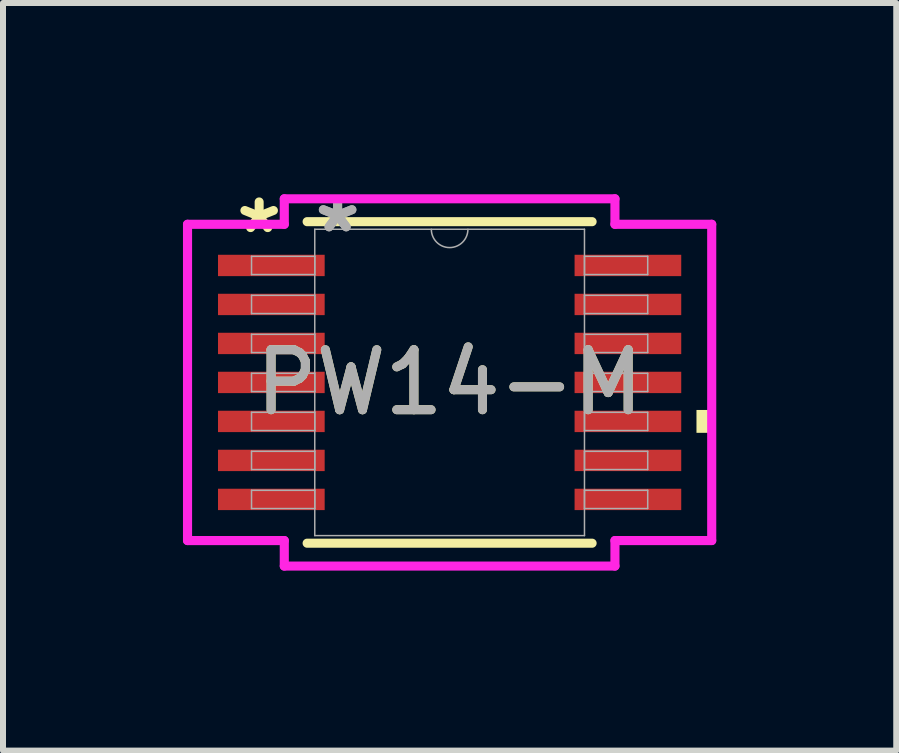
<source format=kicad_pcb>
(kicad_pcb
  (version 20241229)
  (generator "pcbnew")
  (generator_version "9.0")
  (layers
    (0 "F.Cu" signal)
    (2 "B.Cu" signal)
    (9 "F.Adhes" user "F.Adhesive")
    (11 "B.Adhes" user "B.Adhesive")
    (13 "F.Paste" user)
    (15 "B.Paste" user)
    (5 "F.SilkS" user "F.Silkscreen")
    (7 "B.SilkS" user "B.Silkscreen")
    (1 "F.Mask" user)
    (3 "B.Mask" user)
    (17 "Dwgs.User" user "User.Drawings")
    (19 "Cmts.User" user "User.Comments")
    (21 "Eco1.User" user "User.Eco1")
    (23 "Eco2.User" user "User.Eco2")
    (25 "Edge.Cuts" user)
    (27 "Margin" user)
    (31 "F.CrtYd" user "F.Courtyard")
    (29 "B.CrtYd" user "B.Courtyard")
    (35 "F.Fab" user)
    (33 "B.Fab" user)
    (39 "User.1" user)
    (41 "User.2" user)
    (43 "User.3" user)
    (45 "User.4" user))
  (footprint "PW14-M"
    (layer "F.Cu")
    (at 4.445 3.325)
    (property "Reference" "PW14-M" (at 0 0 0) (unlocked yes) (layer "F.SilkS") (effects (font (size 1 1) (thickness 0.15))))
    (attr smd allow_soldermask_bridges)
    (fp_line (start -2.375 2.68) (end 2.375 2.68) (stroke (width 0.152) (type solid)) (layer "F.SilkS"))
    (fp_line (start 2.375 -2.68) (end -2.375 -2.68) (stroke (width 0.152) (type solid)) (layer "F.SilkS"))
    (fp_poly (pts (xy 4.369 0.459) (xy 4.369 0.84) (xy 4.115 0.84) (xy 4.115 0.459)) (stroke (width 0) (type solid)) (fill yes) (layer "F.SilkS"))
    (fp_line (start -4.369 -2.636) (end -2.756 -2.636) (stroke (width 0.152) (type solid)) (layer "F.CrtYd"))
    (fp_line (start -4.369 2.636) (end -4.369 -2.636) (stroke (width 0.152) (type solid)) (layer "F.CrtYd"))
    (fp_line (start -4.369 2.636) (end -2.756 2.636) (stroke (width 0.152) (type solid)) (layer "F.CrtYd"))
    (fp_line (start -2.756 -3.061) (end 2.756 -3.061) (stroke (width 0.152) (type solid)) (layer "F.CrtYd"))
    (fp_line (start -2.756 -2.636) (end -2.756 -3.061) (stroke (width 0.152) (type solid)) (layer "F.CrtYd"))
    (fp_line (start -2.756 3.061) (end -2.756 2.636) (stroke (width 0.152) (type solid)) (layer "F.CrtYd"))
    (fp_line (start 2.756 -3.061) (end 2.756 -2.636) (stroke (width 0.152) (type solid)) (layer "F.CrtYd"))
    (fp_line (start 2.756 2.636) (end 2.756 3.061) (stroke (width 0.152) (type solid)) (layer "F.CrtYd"))
    (fp_line (start 2.756 3.061) (end -2.756 3.061) (stroke (width 0.152) (type solid)) (layer "F.CrtYd"))
    (fp_line (start 4.369 -2.636) (end 2.756 -2.636) (stroke (width 0.152) (type solid)) (layer "F.CrtYd"))
    (fp_line (start 4.369 -2.636) (end 4.369 2.636) (stroke (width 0.152) (type solid)) (layer "F.CrtYd"))
    (fp_line (start 4.369 2.636) (end 2.756 2.636) (stroke (width 0.152) (type solid)) (layer "F.CrtYd"))
    (fp_line (start -3.302 -2.102) (end -3.302 -1.798) (stroke (width 0.025) (type solid)) (layer "F.Fab"))
    (fp_line (start -3.302 -1.798) (end -2.248 -1.798) (stroke (width 0.025) (type solid)) (layer "F.Fab"))
    (fp_line (start -3.302 -1.452) (end -3.302 -1.148) (stroke (width 0.025) (type solid)) (layer "F.Fab"))
    (fp_line (start -3.302 -1.148) (end -2.248 -1.148) (stroke (width 0.025) (type solid)) (layer "F.Fab"))
    (fp_line (start -3.302 -0.802) (end -3.302 -0.498) (stroke (width 0.025) (type solid)) (layer "F.Fab"))
    (fp_line (start -3.302 -0.498) (end -2.248 -0.498) (stroke (width 0.025) (type solid)) (layer "F.Fab"))
    (fp_line (start -3.302 -0.152) (end -3.302 0.152) (stroke (width 0.025) (type solid)) (layer "F.Fab"))
    (fp_line (start -3.302 0.152) (end -2.248 0.152) (stroke (width 0.025) (type solid)) (layer "F.Fab"))
    (fp_line (start -3.302 0.498) (end -3.302 0.802) (stroke (width 0.025) (type solid)) (layer "F.Fab"))
    (fp_line (start -3.302 0.802) (end -2.248 0.802) (stroke (width 0.025) (type solid)) (layer "F.Fab"))
    (fp_line (start -3.302 1.148) (end -3.302 1.452) (stroke (width 0.025) (type solid)) (layer "F.Fab"))
    (fp_line (start -3.302 1.452) (end -2.248 1.452) (stroke (width 0.025) (type solid)) (layer "F.Fab"))
    (fp_line (start -3.302 1.798) (end -3.302 2.102) (stroke (width 0.025) (type solid)) (layer "F.Fab"))
    (fp_line (start -3.302 2.102) (end -2.248 2.102) (stroke (width 0.025) (type solid)) (layer "F.Fab"))
    (fp_line (start -2.248 -2.553) (end -2.248 2.553) (stroke (width 0.025) (type solid)) (layer "F.Fab"))
    (fp_line (start -2.248 -2.102) (end -3.302 -2.102) (stroke (width 0.025) (type solid)) (layer "F.Fab"))
    (fp_line (start -2.248 -1.798) (end -2.248 -2.102) (stroke (width 0.025) (type solid)) (layer "F.Fab"))
    (fp_line (start -2.248 -1.452) (end -3.302 -1.452) (stroke (width 0.025) (type solid)) (layer "F.Fab"))
    (fp_line (start -2.248 -1.148) (end -2.248 -1.452) (stroke (width 0.025) (type solid)) (layer "F.Fab"))
    (fp_line (start -2.248 -0.802) (end -3.302 -0.802) (stroke (width 0.025) (type solid)) (layer "F.Fab"))
    (fp_line (start -2.248 -0.498) (end -2.248 -0.802) (stroke (width 0.025) (type solid)) (layer "F.Fab"))
    (fp_line (start -2.248 -0.152) (end -3.302 -0.152) (stroke (width 0.025) (type solid)) (layer "F.Fab"))
    (fp_line (start -2.248 0.152) (end -2.248 -0.152) (stroke (width 0.025) (type solid)) (layer "F.Fab"))
    (fp_line (start -2.248 0.498) (end -3.302 0.498) (stroke (width 0.025) (type solid)) (layer "F.Fab"))
    (fp_line (start -2.248 0.802) (end -2.248 0.498) (stroke (width 0.025) (type solid)) (layer "F.Fab"))
    (fp_line (start -2.248 1.148) (end -3.302 1.148) (stroke (width 0.025) (type solid)) (layer "F.Fab"))
    (fp_line (start -2.248 1.452) (end -2.248 1.148) (stroke (width 0.025) (type solid)) (layer "F.Fab"))
    (fp_line (start -2.248 1.798) (end -3.302 1.798) (stroke (width 0.025) (type solid)) (layer "F.Fab"))
    (fp_line (start -2.248 2.102) (end -2.248 1.798) (stroke (width 0.025) (type solid)) (layer "F.Fab"))
    (fp_line (start -2.248 2.553) (end 2.248 2.553) (stroke (width 0.025) (type solid)) (layer "F.Fab"))
    (fp_line (start 2.248 -2.553) (end -2.248 -2.553) (stroke (width 0.025) (type solid)) (layer "F.Fab"))
    (fp_line (start 2.248 -2.102) (end 2.248 -1.798) (stroke (width 0.025) (type solid)) (layer "F.Fab"))
    (fp_line (start 2.248 -1.798) (end 3.302 -1.798) (stroke (width 0.025) (type solid)) (layer "F.Fab"))
    (fp_line (start 2.248 -1.452) (end 2.248 -1.148) (stroke (width 0.025) (type solid)) (layer "F.Fab"))
    (fp_line (start 2.248 -1.148) (end 3.302 -1.148) (stroke (width 0.025) (type solid)) (layer "F.Fab"))
    (fp_line (start 2.248 -0.802) (end 2.248 -0.498) (stroke (width 0.025) (type solid)) (layer "F.Fab"))
    (fp_line (start 2.248 -0.498) (end 3.302 -0.498) (stroke (width 0.025) (type solid)) (layer "F.Fab"))
    (fp_line (start 2.248 -0.152) (end 2.248 0.152) (stroke (width 0.025) (type solid)) (layer "F.Fab"))
    (fp_line (start 2.248 0.152) (end 3.302 0.152) (stroke (width 0.025) (type solid)) (layer "F.Fab"))
    (fp_line (start 2.248 0.498) (end 2.248 0.802) (stroke (width 0.025) (type solid)) (layer "F.Fab"))
    (fp_line (start 2.248 0.802) (end 3.302 0.802) (stroke (width 0.025) (type solid)) (layer "F.Fab"))
    (fp_line (start 2.248 1.148) (end 2.248 1.452) (stroke (width 0.025) (type solid)) (layer "F.Fab"))
    (fp_line (start 2.248 1.452) (end 3.302 1.452) (stroke (width 0.025) (type solid)) (layer "F.Fab"))
    (fp_line (start 2.248 1.798) (end 2.248 2.102) (stroke (width 0.025) (type solid)) (layer "F.Fab"))
    (fp_line (start 2.248 2.102) (end 3.302 2.102) (stroke (width 0.025) (type solid)) (layer "F.Fab"))
    (fp_line (start 2.248 2.553) (end 2.248 -2.553) (stroke (width 0.025) (type solid)) (layer "F.Fab"))
    (fp_line (start 3.302 -2.102) (end 2.248 -2.102) (stroke (width 0.025) (type solid)) (layer "F.Fab"))
    (fp_line (start 3.302 -1.798) (end 3.302 -2.102) (stroke (width 0.025) (type solid)) (layer "F.Fab"))
    (fp_line (start 3.302 -1.452) (end 2.248 -1.452) (stroke (width 0.025) (type solid)) (layer "F.Fab"))
    (fp_line (start 3.302 -1.148) (end 3.302 -1.452) (stroke (width 0.025) (type solid)) (layer "F.Fab"))
    (fp_line (start 3.302 -0.802) (end 2.248 -0.802) (stroke (width 0.025) (type solid)) (layer "F.Fab"))
    (fp_line (start 3.302 -0.498) (end 3.302 -0.802) (stroke (width 0.025) (type solid)) (layer "F.Fab"))
    (fp_line (start 3.302 -0.152) (end 2.248 -0.152) (stroke (width 0.025) (type solid)) (layer "F.Fab"))
    (fp_line (start 3.302 0.152) (end 3.302 -0.152) (stroke (width 0.025) (type solid)) (layer "F.Fab"))
    (fp_line (start 3.302 0.498) (end 2.248 0.498) (stroke (width 0.025) (type solid)) (layer "F.Fab"))
    (fp_line (start 3.302 0.802) (end 3.302 0.498) (stroke (width 0.025) (type solid)) (layer "F.Fab"))
    (fp_line (start 3.302 1.148) (end 2.248 1.148) (stroke (width 0.025) (type solid)) (layer "F.Fab"))
    (fp_line (start 3.302 1.452) (end 3.302 1.148) (stroke (width 0.025) (type solid)) (layer "F.Fab"))
    (fp_line (start 3.302 1.798) (end 2.248 1.798) (stroke (width 0.025) (type solid)) (layer "F.Fab"))
    (fp_line (start 3.302 2.102) (end 3.302 1.798) (stroke (width 0.025) (type solid)) (layer "F.Fab"))
    (fp_arc (start 0.3048 -2.5527) (mid 0 -2.2479) (end -0.3048 -2.5527) (stroke (width 0.0254) (type solid)) (layer "F.Fab"))
    (fp_text user "*" (at -3.175 -2.464 0) (unlocked yes) (layer "F.SilkS") (effects (font (size 1 1) (thickness 0.15))))
    (fp_text user "*" (at -1.867 -2.477 0) (layer "F.Fab") (effects (font (size 1 1) (thickness 0.15))))
    (fp_text user "${REFERENCE}" (at 0 0 0) (unlocked yes) (layer "F.Fab") (effects (font (size 1 1) (thickness 0.15))))
    (fp_text user "*" (at -1.867 -2.477 0) (unlocked yes) (layer "F.Fab") (effects (font (size 1 1) (thickness 0.15))))
    (pad "1" smd rect (at -2.972 -1.95) (size 1.778 0.356) (layers "F.Cu" "F.Mask" "F.Paste"))
    (pad "2" smd rect (at -2.972 -1.3) (size 1.778 0.356) (layers "F.Cu" "F.Mask" "F.Paste"))
    (pad "3" smd rect (at -2.972 -0.65) (size 1.778 0.356) (layers "F.Cu" "F.Mask" "F.Paste"))
    (pad "4" smd rect (at -2.972 0) (size 1.778 0.356) (layers "F.Cu" "F.Mask" "F.Paste"))
    (pad "5" smd rect (at -2.972 0.65) (size 1.778 0.356) (layers "F.Cu" "F.Mask" "F.Paste"))
    (pad "6" smd rect (at -2.972 1.3) (size 1.778 0.356) (layers "F.Cu" "F.Mask" "F.Paste"))
    (pad "7" smd rect (at -2.972 1.95) (size 1.778 0.356) (layers "F.Cu" "F.Mask" "F.Paste"))
    (pad "8" smd rect (at 2.972 1.95) (size 1.778 0.356) (layers "F.Cu" "F.Mask" "F.Paste"))
    (pad "9" smd rect (at 2.972 1.3) (size 1.778 0.356) (layers "F.Cu" "F.Mask" "F.Paste"))
    (pad "10" smd rect (at 2.972 0.65) (size 1.778 0.356) (layers "F.Cu" "F.Mask" "F.Paste"))
    (pad "11" smd rect (at 2.972 0) (size 1.778 0.356) (layers "F.Cu" "F.Mask" "F.Paste"))
    (pad "12" smd rect (at 2.972 -0.65) (size 1.778 0.356) (layers "F.Cu" "F.Mask" "F.Paste"))
    (pad "13" smd rect (at 2.972 -1.3) (size 1.778 0.356) (layers "F.Cu" "F.Mask" "F.Paste"))
    (pad "14" smd rect (at 2.972 -1.95) (size 1.778 0.356) (layers "F.Cu" "F.Mask" "F.Paste")))
  (gr_rect
    (start -3 -3)
    (end 11.89 9.462)
    (stroke (width 0.1) (type default))
    (fill no)
    (layer "Edge.Cuts")))
</source>
